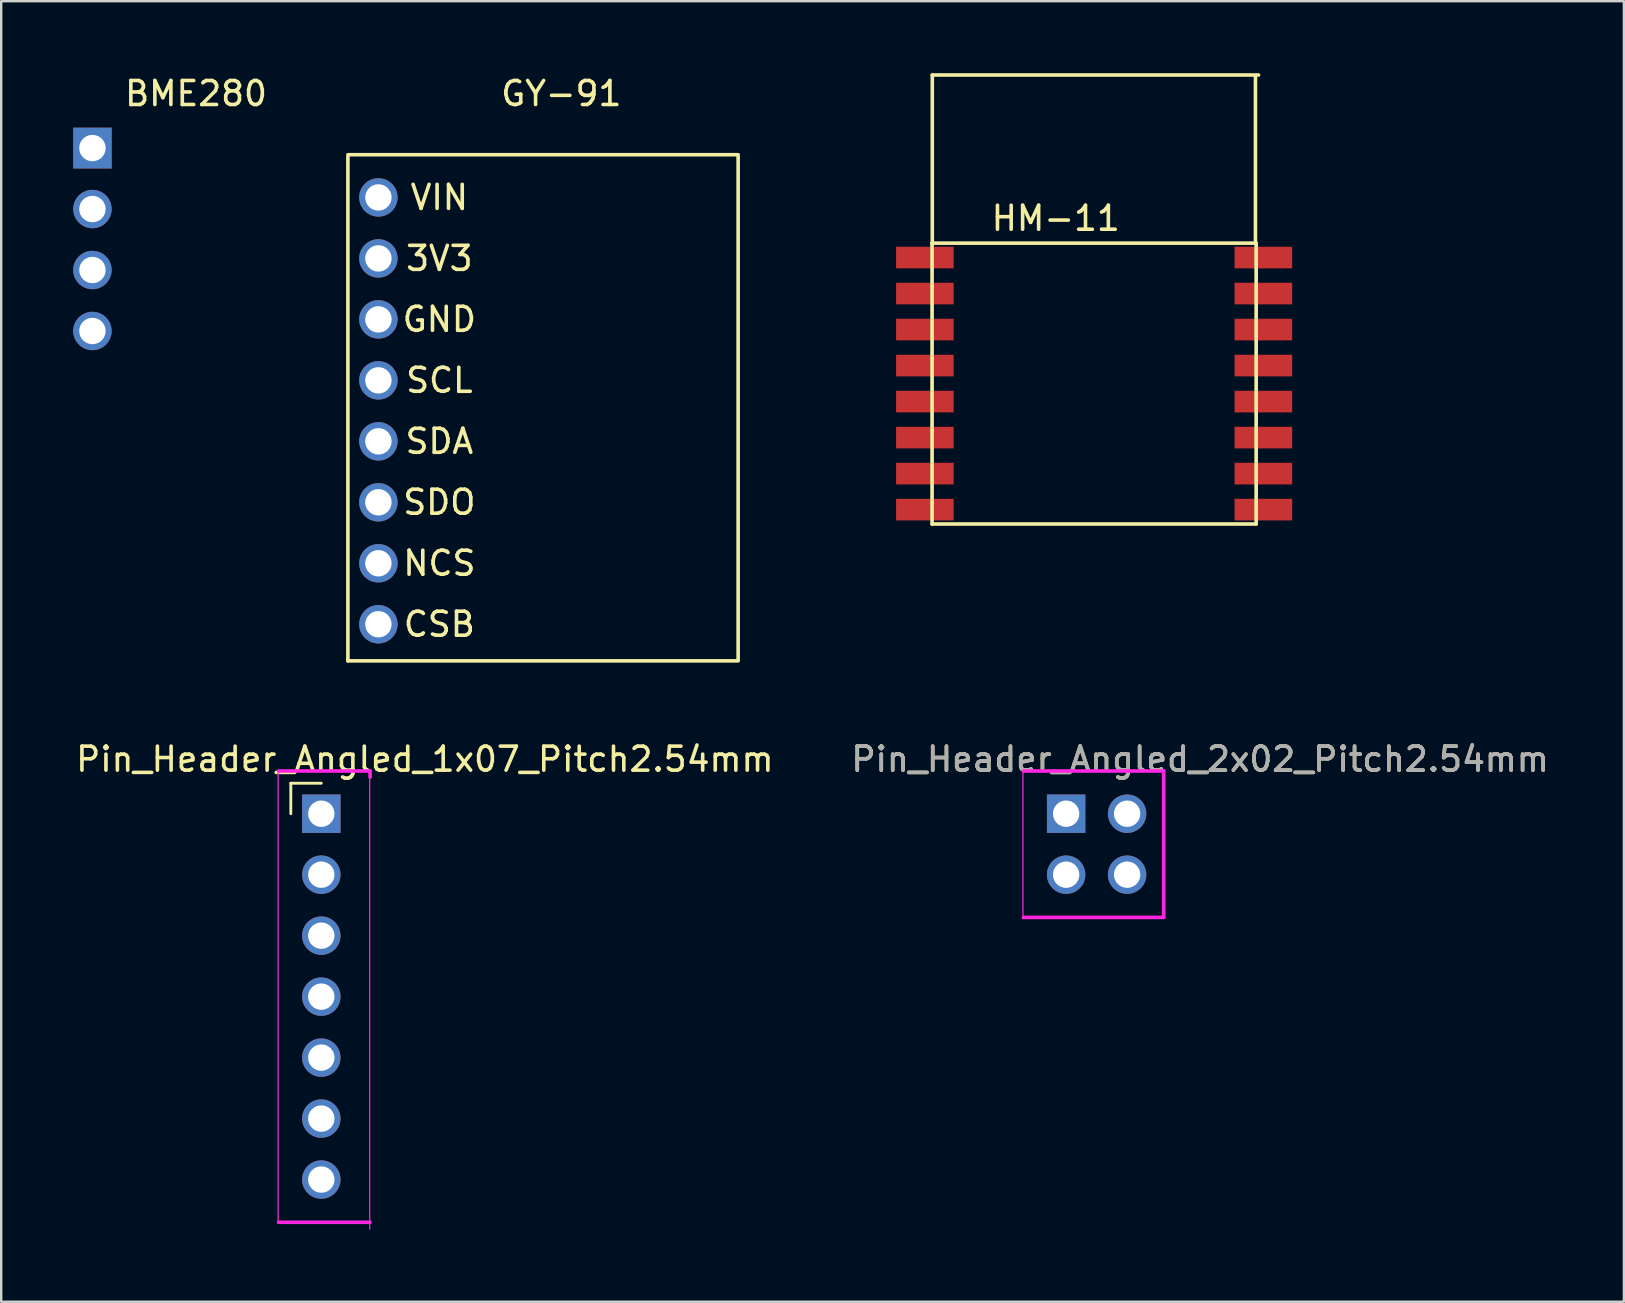
<source format=kicad_pcb>
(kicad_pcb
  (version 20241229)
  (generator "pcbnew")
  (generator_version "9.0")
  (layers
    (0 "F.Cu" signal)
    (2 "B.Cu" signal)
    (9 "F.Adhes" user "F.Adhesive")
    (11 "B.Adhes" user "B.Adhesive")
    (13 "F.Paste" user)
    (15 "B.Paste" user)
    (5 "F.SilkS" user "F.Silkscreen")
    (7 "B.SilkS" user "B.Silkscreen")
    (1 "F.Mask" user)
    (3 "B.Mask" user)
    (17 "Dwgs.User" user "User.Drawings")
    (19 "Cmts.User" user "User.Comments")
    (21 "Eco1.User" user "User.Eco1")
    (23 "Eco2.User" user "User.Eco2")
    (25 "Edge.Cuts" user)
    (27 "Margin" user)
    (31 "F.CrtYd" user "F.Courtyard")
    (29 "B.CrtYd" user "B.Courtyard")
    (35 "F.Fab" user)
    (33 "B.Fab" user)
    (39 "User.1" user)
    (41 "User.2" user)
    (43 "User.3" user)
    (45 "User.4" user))
  (footprint "BME280"
    (layer "F.Cu")
    (at 0.8 3.118)
    (property "Reference" "BME280" (at 4.315 -2.27 0) (layer "F.SilkS") (effects (font (size 1 1) (thickness 0.15))))
    (attr through_hole)
    (pad "1" thru_hole rect (at 0 0) (size 1.6 1.7) (drill 1.1) (layers "*.Cu" "*.Mask"))
    (pad "2" thru_hole circle (at 0 2.54) (size 1.6 1.6) (drill 1.1) (layers "*.Cu" "*.Mask"))
    (pad "3" thru_hole circle (at 0 5.08) (size 1.6 1.6) (drill 1.1) (layers "*.Cu" "*.Mask"))
    (pad "4" thru_hole circle (at 0 7.62) (size 1.6 1.6) (drill 1.1) (layers "*.Cu" "*.Mask")))
  (footprint "GY-91"
    (layer "F.Cu")
    (at 11.442 24.478)
    (property "Reference" "GY-91" (at 8.89 -23.63 0) (layer "F.SilkS") (effects (font (size 1 1) (thickness 0.15))))
    (attr through_hole)
    (fp_line (start 0 -21.082) (end 16.256 -21.082) (stroke (width 0.15) (type solid)) (layer "F.SilkS"))
    (fp_line (start 0 0) (end 0 -21) (stroke (width 0.15) (type solid)) (layer "F.SilkS"))
    (fp_line (start 16.2 0) (end 0 0) (stroke (width 0.15) (type solid)) (layer "F.SilkS"))
    (fp_line (start 16.256 -21) (end 16.256 0) (stroke (width 0.15) (type solid)) (layer "F.SilkS"))
    (fp_text user "SDO" (at 3.81 -6.604 0) (layer "F.SilkS") (effects (font (size 1 1) (thickness 0.15))))
    (fp_text user "SCL" (at 3.81 -11.684 0) (layer "F.SilkS") (effects (font (size 1 1) (thickness 0.15))))
    (fp_text user "3V3" (at 3.81 -16.764 0) (layer "F.SilkS") (effects (font (size 1 1) (thickness 0.15))))
    (fp_text user "SDA" (at 3.81 -9.144 0) (layer "F.SilkS") (effects (font (size 1 1) (thickness 0.15))))
    (fp_text user "VIN" (at 3.81 -19.304 0) (layer "F.SilkS") (effects (font (size 1 1) (thickness 0.15))))
    (fp_text user "CSB" (at 3.81 -1.524 0) (layer "F.SilkS") (effects (font (size 1 1) (thickness 0.15))))
    (fp_text user "NCS" (at 3.81 -4.064 0) (layer "F.SilkS") (effects (font (size 1 1) (thickness 0.15))))
    (fp_text user "GND" (at 3.81 -14.224 0) (layer "F.SilkS") (effects (font (size 1 1) (thickness 0.15))))
    (pad "1" thru_hole circle (at 1.27 -19.304) (size 1.6 1.6) (drill 1.1) (layers "*.Cu" "*.Mask"))
    (pad "2" thru_hole circle (at 1.27 -16.764) (size 1.6 1.6) (drill 1.1) (layers "*.Cu" "*.Mask"))
    (pad "3" thru_hole circle (at 1.27 -14.224) (size 1.6 1.6) (drill 1.1) (layers "*.Cu" "*.Mask"))
    (pad "4" thru_hole circle (at 1.27 -11.684) (size 1.6 1.6) (drill 1.1) (layers "*.Cu" "*.Mask"))
    (pad "5" thru_hole circle (at 1.27 -9.144) (size 1.6 1.6) (drill 1.1) (layers "*.Cu" "*.Mask"))
    (pad "6" thru_hole circle (at 1.27 -6.604) (size 1.6 1.6) (drill 1.1) (layers "*.Cu" "*.Mask"))
    (pad "7" thru_hole circle (at 1.27 -4.064) (size 1.6 1.6) (drill 1.1) (layers "*.Cu" "*.Mask"))
    (pad "8" thru_hole circle (at 1.27 -1.524) (size 1.6 1.6) (drill 1.1) (layers "*.Cu" "*.Mask")))
  (footprint "Pin_Header_Angled_1x07_Pitch2.54mm"
    (layer "F.Cu")
    (at 10.334 30.846)
    (property "Reference" "Pin_Header_Angled_1x07_Pitch2.54mm" (at 4.315 -2.27 0) (layer "F.SilkS") (effects (font (size 1 1) (thickness 0.15))))
    (attr through_hole)
    (fp_line (start -1.27 -1.27) (end 0 -1.27) (stroke (width 0.12) (type solid)) (layer "F.SilkS"))
    (fp_line (start -1.27 0) (end -1.27 -1.27) (stroke (width 0.12) (type solid)) (layer "F.SilkS"))
    (fp_line (start -1.8 -1.8) (end -1.8 17.05) (stroke (width 0.05) (type solid)) (layer "F.CrtYd"))
    (fp_line (start -1.778 -1.778) (end 2.032 -1.778) (stroke (width 0.15) (type solid)) (layer "F.CrtYd"))
    (fp_line (start -1.778 17.018) (end 2.032 17.018) (stroke (width 0.15) (type solid)) (layer "F.CrtYd"))
    (fp_line (start 2.018 17.304) (end 2.018 -1.546) (stroke (width 0.05) (type solid)) (layer "F.CrtYd"))
    (fp_line (start 2.032 -1.778) (end 2.032 -1.524) (stroke (width 0.15) (type solid)) (layer "F.CrtYd"))
    (pad "1" thru_hole rect (at 0 0) (size 1.6 1.6) (drill 1.1) (layers "*.Cu" "*.Mask"))
    (pad "2" thru_hole circle (at 0 2.54) (size 1.6 1.6) (drill 1.1) (layers "*.Cu" "*.Mask"))
    (pad "3" thru_hole circle (at 0 5.08) (size 1.6 1.6) (drill 1.1) (layers "*.Cu" "*.Mask"))
    (pad "4" thru_hole circle (at 0 7.62) (size 1.6 1.6) (drill 1.1) (layers "*.Cu" "*.Mask"))
    (pad "5" thru_hole circle (at 0 10.16) (size 1.6 1.6) (drill 1.1) (layers "*.Cu" "*.Mask"))
    (pad "6" thru_hole circle (at 0 12.7) (size 1.6 1.6) (drill 1.1) (layers "*.Cu" "*.Mask"))
    (pad "7" thru_hole circle (at 0 15.24) (size 1.6 1.6) (drill 1.1) (layers "*.Cu" "*.Mask")))
  (footprint "HM-11"
    (layer "F.Cu")
    (at 31.023 19.379)
    (property "Reference" "HM-11" (at 9.906 -13.335 0) (layer "F.SilkS") (effects (font (size 1 1) (thickness 0.15))))
    (attr through_hole)
    (fp_line (start 4.754 -12.3) (end 18.254 -12.3) (stroke (width 0.15) (type solid)) (layer "F.SilkS"))
    (fp_line (start 4.754 -0.6) (end 4.754 -12.3) (stroke (width 0.15) (type solid)) (layer "F.SilkS"))
    (fp_line (start 4.754 -0.6) (end 18.254 -0.6) (stroke (width 0.15) (type solid)) (layer "F.SilkS"))
    (fp_line (start 4.763 -19.304) (end 18.352 -19.304) (stroke (width 0.15) (type solid)) (layer "F.SilkS"))
    (fp_line (start 4.763 -12.255) (end 4.763 -19.304) (stroke (width 0.15) (type solid)) (layer "F.SilkS"))
    (fp_line (start 18.224 -12.319) (end 18.224 -19.241) (stroke (width 0.15) (type solid)) (layer "F.SilkS"))
    (fp_line (start 18.254 -12.3) (end 18.254 -0.6) (stroke (width 0.15) (type solid)) (layer "F.SilkS"))
    (pad "1" smd rect (at 4.454 -11.7) (size 2.4 0.9) (layers "F.Cu" "F.Mask" "F.Paste"))
    (pad "2" smd rect (at 4.454 -10.2) (size 2.4 0.9) (layers "F.Cu" "F.Mask" "F.Paste"))
    (pad "3" smd rect (at 4.454 -8.7) (size 2.4 0.9) (layers "F.Cu" "F.Mask" "F.Paste"))
    (pad "4" smd rect (at 4.454 -7.2) (size 2.4 0.9) (layers "F.Cu" "F.Mask" "F.Paste"))
    (pad "5" smd rect (at 4.454 -5.7) (size 2.4 0.9) (layers "F.Cu" "F.Mask" "F.Paste"))
    (pad "6" smd rect (at 4.454 -4.2) (size 2.4 0.9) (layers "F.Cu" "F.Mask" "F.Paste"))
    (pad "7" smd rect (at 4.454 -2.7) (size 2.4 0.9) (layers "F.Cu" "F.Mask" "F.Paste"))
    (pad "8" smd rect (at 4.454 -1.2) (size 2.4 0.9) (layers "F.Cu" "F.Mask" "F.Paste"))
    (pad "9" smd rect (at 18.554 -1.2) (size 2.4 0.9) (layers "F.Cu" "F.Mask" "F.Paste"))
    (pad "10" smd rect (at 18.554 -2.7) (size 2.4 0.9) (layers "F.Cu" "F.Mask" "F.Paste"))
    (pad "11" smd rect (at 18.554 -4.2) (size 2.4 0.9) (layers "F.Cu" "F.Mask" "F.Paste"))
    (pad "12" smd rect (at 18.554 -5.7) (size 2.4 0.9) (layers "F.Cu" "F.Mask" "F.Paste"))
    (pad "13" smd rect (at 18.554 -7.2) (size 2.4 0.9) (layers "F.Cu" "F.Mask" "F.Paste"))
    (pad "14" smd rect (at 18.554 -8.7) (size 2.4 0.9) (layers "F.Cu" "F.Mask" "F.Paste"))
    (pad "15" smd rect (at 18.554 -10.2) (size 2.4 0.9) (layers "F.Cu" "F.Mask" "F.Paste"))
    (pad "16" smd rect (at 18.554 -11.7) (size 2.4 0.9) (layers "F.Cu" "F.Mask" "F.Paste")))
  (footprint "Pin_Header_Angled_2x02_Pitch2.54mm"
    (layer "F.Cu")
    (at 41.361 30.846)
    (property "Reference" "Pin_Header_Angled_2x02_Pitch2.54mm" (at 5.585 -2.27 0) (layer "F.SilkS") (effects (font (size 1 1) (thickness 0.15))))
    (attr through_hole)
    (fp_line (start -1.8 -1.8) (end -1.8 4.35) (stroke (width 0.05) (type solid)) (layer "F.CrtYd"))
    (fp_line (start -1.778 4.318) (end 4.064 4.318) (stroke (width 0.15) (type solid)) (layer "F.CrtYd"))
    (fp_line (start 4.064 -1.778) (end -1.778 -1.778) (stroke (width 0.15) (type solid)) (layer "F.CrtYd"))
    (fp_line (start 4.064 4.318) (end 4.064 -1.778) (stroke (width 0.15) (type solid)) (layer "F.CrtYd"))
    (fp_line (start 0 -0.32) (end 0 0.32) (stroke (width 0.1) (type solid)) (layer "F.Fab"))
    (fp_line (start 0 2.22) (end 0 2.86) (stroke (width 0.1) (type solid)) (layer "F.Fab"))
    (fp_text user "${REFERENCE}" (at 5.585 -2.27 0) (layer "F.Fab") (effects (font (size 1 1) (thickness 0.15))))
    (pad "1" thru_hole rect (at 0 0) (size 1.6 1.6) (drill 1.1) (layers "*.Cu" "*.Mask"))
    (pad "2" thru_hole circle (at 2.54 0) (size 1.6 1.6) (drill 1.1) (layers "*.Cu" "*.Mask"))
    (pad "3" thru_hole circle (at 0 2.54) (size 1.6 1.6) (drill 1.1) (layers "*.Cu" "*.Mask"))
    (pad "4" thru_hole circle (at 2.54 2.54) (size 1.6 1.6) (drill 1.1) (layers "*.Cu" "*.Mask")))
  (gr_rect
    (start -3 -3)
    (end 64.595 51.175)
    (stroke (width 0.1) (type default))
    (fill no)
    (layer "Edge.Cuts")))
</source>
